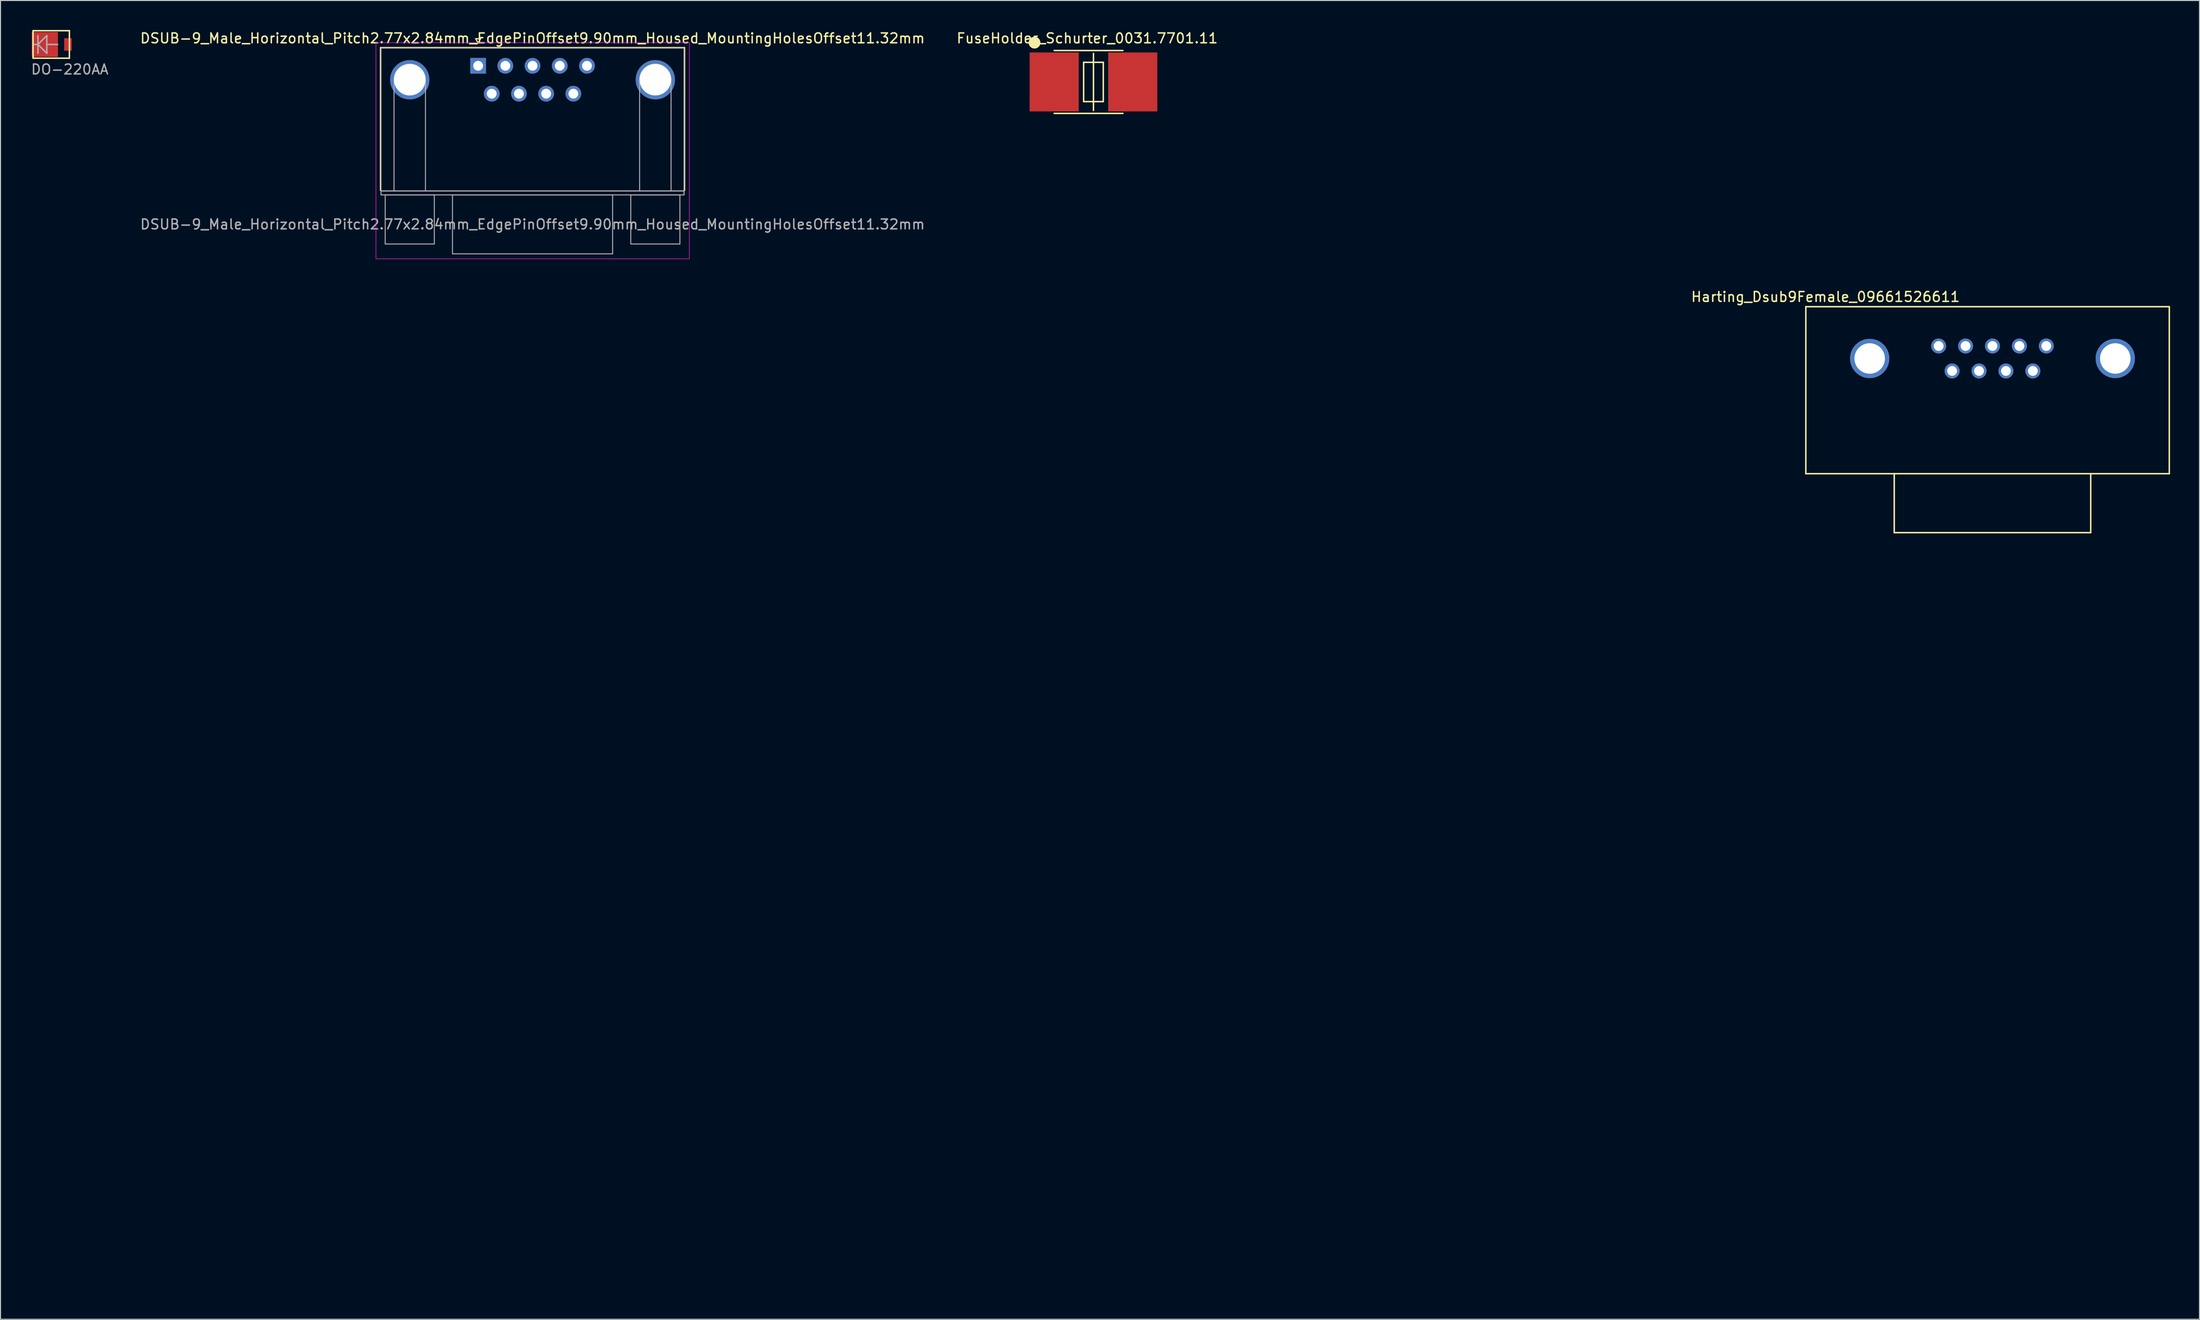
<source format=kicad_pcb>
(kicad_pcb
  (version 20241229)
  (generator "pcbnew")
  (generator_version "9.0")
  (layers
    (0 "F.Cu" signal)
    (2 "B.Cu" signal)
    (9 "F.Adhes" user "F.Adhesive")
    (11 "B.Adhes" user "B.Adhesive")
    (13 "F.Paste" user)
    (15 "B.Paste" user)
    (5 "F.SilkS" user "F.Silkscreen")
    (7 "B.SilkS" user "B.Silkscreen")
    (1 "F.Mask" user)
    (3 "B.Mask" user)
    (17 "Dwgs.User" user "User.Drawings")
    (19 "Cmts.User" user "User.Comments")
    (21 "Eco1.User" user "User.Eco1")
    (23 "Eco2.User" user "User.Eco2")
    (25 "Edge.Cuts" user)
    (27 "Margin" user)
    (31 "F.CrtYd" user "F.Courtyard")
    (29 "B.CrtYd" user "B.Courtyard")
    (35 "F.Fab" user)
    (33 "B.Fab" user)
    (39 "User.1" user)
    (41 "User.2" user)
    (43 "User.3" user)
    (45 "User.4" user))
  (footprint "Hammond_1455L160"
    (layer "F.Cu")
    (at 5.911 126.398)
    (property "Reference" "Hammond_1455L160" (at 2 1 0) (layer "Eco1.User") (effects (font (size 1 1) (thickness 0.15))))
    (attr through_hole)
    (fp_line (start 0 -100) (end 160 -100) (stroke (width 0.15) (type solid)) (layer "Eco1.User"))
    (fp_line (start 0 0) (end 0 -100) (stroke (width 0.15) (type solid)) (layer "Eco1.User"))
    (fp_line (start 160 -100) (end 160 0) (stroke (width 0.15) (type solid)) (layer "Eco1.User"))
    (fp_line (start 160 0) (end 0 0) (stroke (width 0.15) (type solid)) (layer "Eco1.User")))
  (footprint "DSUB-9_Male_Horizontal_Pitch2.77x2.84mm_EdgePinOffset9.90mm_Housed_MountingHolesOffset11.32mm"
    (layer "F.Cu")
    (at 45.621 3.648)
    (property "Reference" "DSUB-9_Male_Horizontal_Pitch2.77x2.84mm_EdgePinOffset9.90mm_Housed_MountingHolesOffset11.32mm" (at 5.54 -2.8 0) (layer "F.SilkS") (effects (font (size 1 1) (thickness 0.15))))
    (attr through_hole)
    (fp_line (start -9.945 -1.86) (end 21.025 -1.86) (stroke (width 0.12) (type solid)) (layer "F.SilkS"))
    (fp_line (start -9.945 12.68) (end -9.945 -1.86) (stroke (width 0.12) (type solid)) (layer "F.SilkS"))
    (fp_line (start -0.25 -2.754) (end 0.25 -2.754) (stroke (width 0.12) (type solid)) (layer "F.SilkS"))
    (fp_line (start 0 -2.321) (end -0.25 -2.754) (stroke (width 0.12) (type solid)) (layer "F.SilkS"))
    (fp_line (start 0.25 -2.754) (end 0 -2.321) (stroke (width 0.12) (type solid)) (layer "F.SilkS"))
    (fp_line (start 21.025 -1.86) (end 21.025 12.68) (stroke (width 0.12) (type solid)) (layer "F.SilkS"))
    (fp_line (start -10.4 -2.35) (end -10.4 19.65) (stroke (width 0.05) (type solid)) (layer "F.CrtYd"))
    (fp_line (start -10.4 19.65) (end 21.5 19.65) (stroke (width 0.05) (type solid)) (layer "F.CrtYd"))
    (fp_line (start 21.5 -2.35) (end -10.4 -2.35) (stroke (width 0.05) (type solid)) (layer "F.CrtYd"))
    (fp_line (start 21.5 19.65) (end 21.5 -2.35) (stroke (width 0.05) (type solid)) (layer "F.CrtYd"))
    (fp_line (start -9.885 -1.8) (end -9.885 12.74) (stroke (width 0.1) (type solid)) (layer "F.Fab"))
    (fp_line (start -9.885 12.74) (end -9.885 13.14) (stroke (width 0.1) (type solid)) (layer "F.Fab"))
    (fp_line (start -9.885 12.74) (end 20.965 12.74) (stroke (width 0.1) (type solid)) (layer "F.Fab"))
    (fp_line (start -9.885 13.14) (end 20.965 13.14) (stroke (width 0.1) (type solid)) (layer "F.Fab"))
    (fp_line (start -9.46 13.14) (end -9.46 18.14) (stroke (width 0.1) (type solid)) (layer "F.Fab"))
    (fp_line (start -9.46 18.14) (end -4.46 18.14) (stroke (width 0.1) (type solid)) (layer "F.Fab"))
    (fp_line (start -8.56 12.74) (end -8.56 1.42) (stroke (width 0.1) (type solid)) (layer "F.Fab"))
    (fp_line (start -5.36 12.74) (end -5.36 1.42) (stroke (width 0.1) (type solid)) (layer "F.Fab"))
    (fp_line (start -4.46 13.14) (end -9.46 13.14) (stroke (width 0.1) (type solid)) (layer "F.Fab"))
    (fp_line (start -4.46 18.14) (end -4.46 13.14) (stroke (width 0.1) (type solid)) (layer "F.Fab"))
    (fp_line (start -2.61 13.14) (end -2.61 19.14) (stroke (width 0.1) (type solid)) (layer "F.Fab"))
    (fp_line (start -2.61 19.14) (end 13.69 19.14) (stroke (width 0.1) (type solid)) (layer "F.Fab"))
    (fp_line (start 13.69 13.14) (end -2.61 13.14) (stroke (width 0.1) (type solid)) (layer "F.Fab"))
    (fp_line (start 13.69 19.14) (end 13.69 13.14) (stroke (width 0.1) (type solid)) (layer "F.Fab"))
    (fp_line (start 15.54 13.14) (end 15.54 18.14) (stroke (width 0.1) (type solid)) (layer "F.Fab"))
    (fp_line (start 15.54 18.14) (end 20.54 18.14) (stroke (width 0.1) (type solid)) (layer "F.Fab"))
    (fp_line (start 16.44 12.74) (end 16.44 1.42) (stroke (width 0.1) (type solid)) (layer "F.Fab"))
    (fp_line (start 19.64 12.74) (end 19.64 1.42) (stroke (width 0.1) (type solid)) (layer "F.Fab"))
    (fp_line (start 20.54 13.14) (end 15.54 13.14) (stroke (width 0.1) (type solid)) (layer "F.Fab"))
    (fp_line (start 20.54 18.14) (end 20.54 13.14) (stroke (width 0.1) (type solid)) (layer "F.Fab"))
    (fp_line (start 20.965 -1.8) (end -9.885 -1.8) (stroke (width 0.1) (type solid)) (layer "F.Fab"))
    (fp_line (start 20.965 12.74) (end -9.885 12.74) (stroke (width 0.1) (type solid)) (layer "F.Fab"))
    (fp_line (start 20.965 12.74) (end 20.965 -1.8) (stroke (width 0.1) (type solid)) (layer "F.Fab"))
    (fp_line (start 20.965 13.14) (end 20.965 12.74) (stroke (width 0.1) (type solid)) (layer "F.Fab"))
    (fp_arc (start -8.56 1.42) (mid -6.96 -0.18) (end -5.36 1.42) (stroke (width 0.1) (type solid)) (layer "F.Fab"))
    (fp_arc (start 16.44 1.42) (mid 18.04 -0.18) (end 19.64 1.42) (stroke (width 0.1) (type solid)) (layer "F.Fab"))
    (fp_text user "${REFERENCE}" (at 5.54 16.14 0) (layer "F.Fab") (effects (font (size 1 1) (thickness 0.15))))
    (pad "0" thru_hole circle (at -6.96 1.42) (size 4 4) (drill 3.2) (layers "*.Cu" "*.Mask"))
    (pad "0" thru_hole circle (at 18.04 1.42) (size 4 4) (drill 3.2) (layers "*.Cu" "*.Mask"))
    (pad "1" thru_hole rect (at 0 0) (size 1.6 1.6) (drill 1) (layers "*.Cu" "*.Mask"))
    (pad "2" thru_hole circle (at 2.77 0) (size 1.6 1.6) (drill 1) (layers "*.Cu" "*.Mask"))
    (pad "3" thru_hole circle (at 5.54 0) (size 1.6 1.6) (drill 1) (layers "*.Cu" "*.Mask"))
    (pad "4" thru_hole circle (at 8.31 0) (size 1.6 1.6) (drill 1) (layers "*.Cu" "*.Mask"))
    (pad "5" thru_hole circle (at 11.08 0) (size 1.6 1.6) (drill 1) (layers "*.Cu" "*.Mask"))
    (pad "6" thru_hole circle (at 1.385 2.84) (size 1.6 1.6) (drill 1) (layers "*.Cu" "*.Mask"))
    (pad "7" thru_hole circle (at 4.155 2.84) (size 1.6 1.6) (drill 1) (layers "*.Cu" "*.Mask"))
    (pad "8" thru_hole circle (at 6.925 2.84) (size 1.6 1.6) (drill 1) (layers "*.Cu" "*.Mask"))
    (pad "9" thru_hole circle (at 9.695 2.84) (size 1.6 1.6) (drill 1) (layers "*.Cu" "*.Mask")))
  (footprint "DO-220AA"
    (layer "F.Cu")
    (at 1.514 1.475)
    (property "Reference" "DO-220AA" (at 2.54 2.54 0) (layer "F.Fab") (effects (font (size 1 1) (thickness 0.15))))
    (attr through_hole)
    (fp_line (start -1.2 -1.4) (end -1.2 1.4) (stroke (width 0.15) (type solid)) (layer "F.SilkS"))
    (fp_line (start -1.2 1.4) (end 2.5 1.4) (stroke (width 0.15) (type solid)) (layer "F.SilkS"))
    (fp_line (start 2.5 -1.4) (end -1.2 -1.4) (stroke (width 0.15) (type solid)) (layer "F.SilkS"))
    (fp_line (start 2.5 1.4) (end 2.5 -1.4) (stroke (width 0.15) (type solid)) (layer "F.SilkS"))
    (fp_line (start -0.7 -0.9) (end -0.7 0.9) (stroke (width 0.15) (type solid)) (layer "F.Fab"))
    (fp_line (start -0.7 0) (end -1.1 0) (stroke (width 0.15) (type solid)) (layer "F.Fab"))
    (fp_line (start -0.7 0) (end 0.2 -0.9) (stroke (width 0.15) (type solid)) (layer "F.Fab"))
    (fp_line (start 0.2 -0.9) (end 0.2 0.9) (stroke (width 0.15) (type solid)) (layer "F.Fab"))
    (fp_line (start 0.2 0) (end 1.3 0) (stroke (width 0.15) (type solid)) (layer "F.Fab"))
    (fp_line (start 0.206 0.906) (end -0.7 0) (stroke (width 0.15) (type solid)) (layer "F.Fab"))
    (pad "1" smd rect (at 2.351 0) (size 0.762 1.27) (layers "F.Cu" "F.Mask" "F.Paste"))
    (pad "2" smd rect (at 0 0) (size 2.67 2.54) (layers "F.Cu" "F.Mask" "F.Paste")))
  (footprint "FuseHolder_Schurter_0031.7701.11"
    (layer "F.Cu")
    (at 108.26 5.293)
    (property "Reference" "FuseHolder_Schurter_0031.7701.11" (at -0.635 -4.445 0) (layer "F.SilkS") (effects (font (size 1 1) (thickness 0.15))))
    (attr through_hole)
    (fp_line (start -4 -3.2) (end 3 -3.2) (stroke (width 0.15) (type solid)) (layer "F.SilkS"))
    (fp_line (start -4 3.2) (end 3 3.2) (stroke (width 0.15) (type solid)) (layer "F.SilkS"))
    (fp_line (start -1 -2) (end 1 -2) (stroke (width 0.15) (type solid)) (layer "F.SilkS"))
    (fp_line (start -1 2) (end -1 -2) (stroke (width 0.15) (type solid)) (layer "F.SilkS"))
    (fp_line (start 0 -2.9) (end 0 2.9) (stroke (width 0.15) (type solid)) (layer "F.SilkS"))
    (fp_line (start 1 -2) (end 1 2) (stroke (width 0.15) (type solid)) (layer "F.SilkS"))
    (fp_line (start 1 2) (end -1 2) (stroke (width 0.15) (type solid)) (layer "F.SilkS"))
    (fp_circle (center -6 -4) (end -5.7 -4) (stroke (width 0.6) (type solid)) (fill no) (layer "F.SilkS"))
    (pad "1" smd rect (at -4 0) (size 5 6) (layers "F.Cu" "F.Mask" "F.Paste"))
    (pad "2" smd rect (at 4 0) (size 5 6) (layers "F.Cu" "F.Mask" "F.Paste")))
  (footprint "Harting_Dsub9Female_09661526611"
    (layer "F.Cu")
    (at 199.777 32.172)
    (property "Reference" "Harting_Dsub9Female_09661526611" (at -17 -5 0) (layer "F.SilkS") (effects (font (size 1 1) (thickness 0.15))))
    (attr through_hole)
    (fp_line (start -19 -4) (end -19 13) (stroke (width 0.15) (type solid)) (layer "F.SilkS"))
    (fp_line (start -19 13) (end 18 13) (stroke (width 0.15) (type solid)) (layer "F.SilkS"))
    (fp_line (start -10 19) (end -10 13) (stroke (width 0.15) (type solid)) (layer "F.SilkS"))
    (fp_line (start 10 19) (end -10 19) (stroke (width 0.15) (type solid)) (layer "F.SilkS"))
    (fp_line (start 10 19) (end 10 13) (stroke (width 0.15) (type solid)) (layer "F.SilkS"))
    (fp_line (start 18 -4) (end -19 -4) (stroke (width 0.15) (type solid)) (layer "F.SilkS"))
    (fp_line (start 18 13) (end 18 -4) (stroke (width 0.15) (type solid)) (layer "F.SilkS"))
    (pad "" np_thru_hole circle (at -12.5 1.27) (size 4 4) (drill 3.1) (layers "*.Cu" "*.Mask"))
    (pad "" np_thru_hole circle (at 12.5 1.27) (size 4 4) (drill 3.1) (layers "*.Cu" "*.Mask"))
    (pad "1" thru_hole circle (at 5.48 0) (size 1.524 1.524) (drill 1) (layers "*.Cu" "*.Mask"))
    (pad "2" thru_hole circle (at 2.74 0) (size 1.524 1.524) (drill 1) (layers "*.Cu" "*.Mask"))
    (pad "3" thru_hole circle (at 0 0) (size 1.524 1.524) (drill 1) (layers "*.Cu" "*.Mask"))
    (pad "4" thru_hole circle (at -2.74 0) (size 1.524 1.524) (drill 1) (layers "*.Cu" "*.Mask"))
    (pad "5" thru_hole circle (at -5.48 0) (size 1.524 1.524) (drill 1) (layers "*.Cu" "*.Mask"))
    (pad "6" thru_hole circle (at 4.11 2.54) (size 1.524 1.524) (drill 1) (layers "*.Cu" "*.Mask"))
    (pad "7" thru_hole circle (at 1.37 2.54) (size 1.524 1.524) (drill 1) (layers "*.Cu" "*.Mask"))
    (pad "8" thru_hole circle (at -1.37 2.54) (size 1.524 1.524) (drill 1) (layers "*.Cu" "*.Mask"))
    (pad "9" thru_hole circle (at -4.11 2.54) (size 1.524 1.524) (drill 1) (layers "*.Cu" "*.Mask")))
  (gr_rect
    (start -3 -3)
    (end 220.852 131.246)
    (stroke (width 0.1) (type default))
    (fill no)
    (layer "Edge.Cuts")))
</source>
